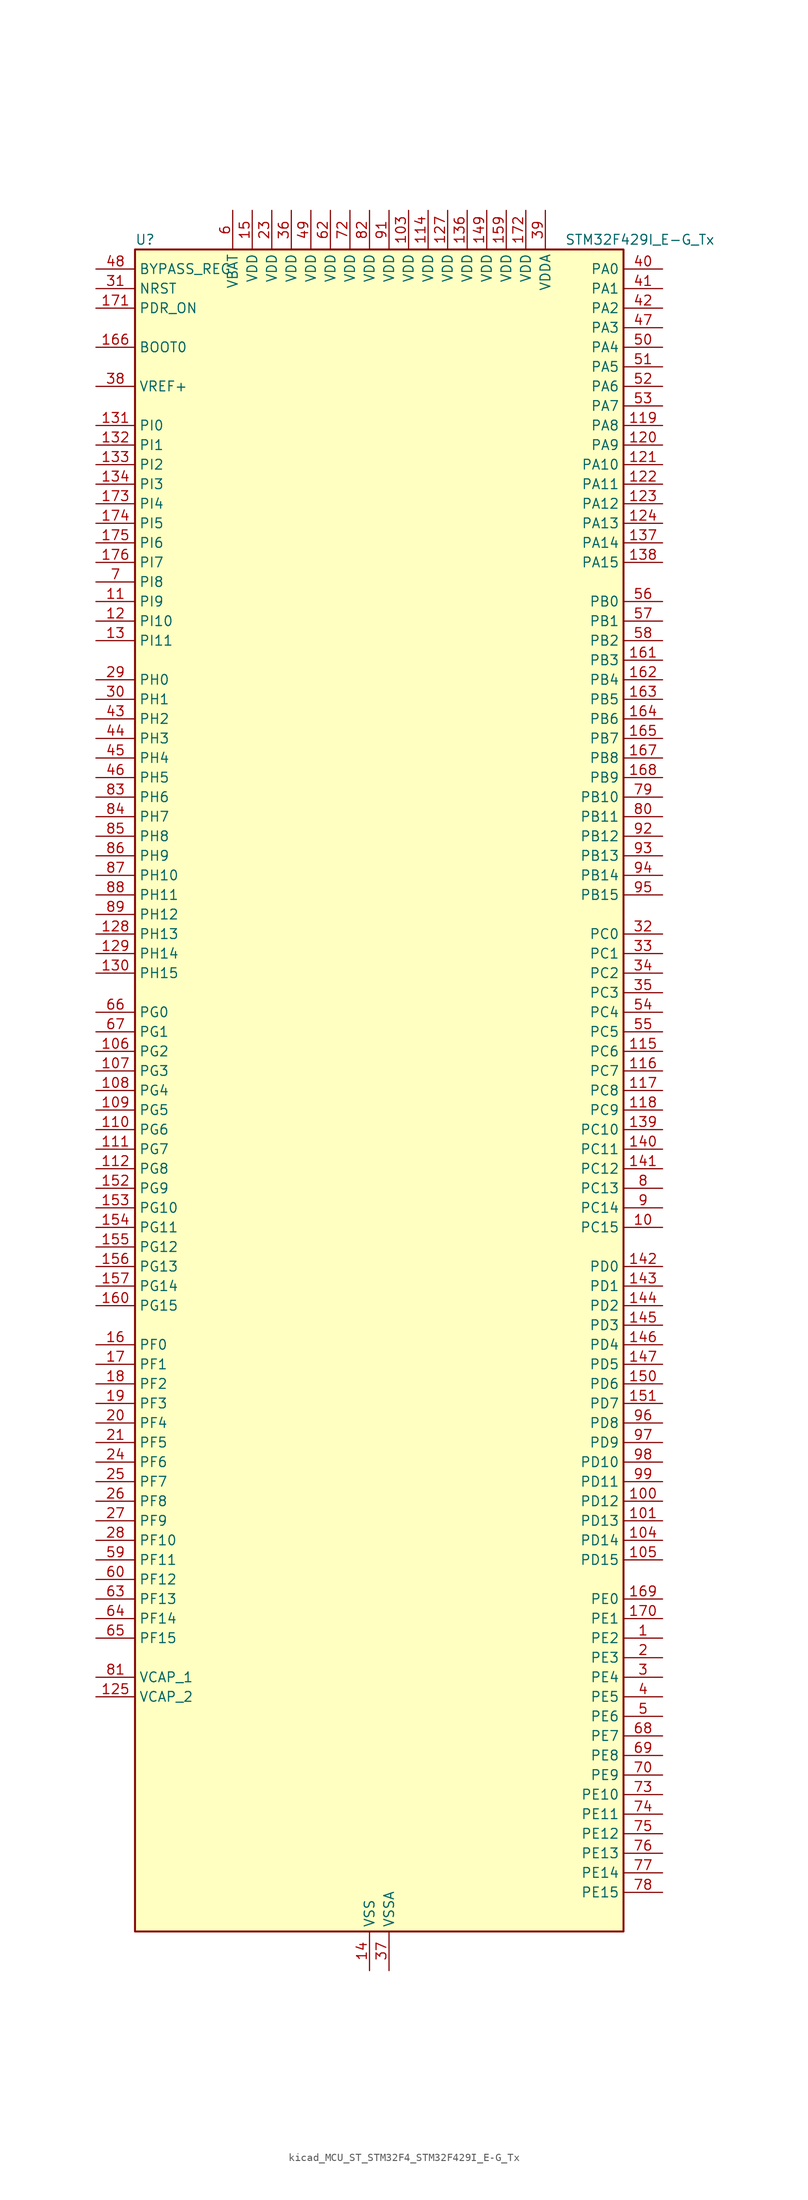
<source format=kicad_sym>
(kicad_symbol_lib
  (version 20220914)
  (generator kicad_symbol_editor)
  (symbol "kicad_MCU_ST_STM32F4_STM32F429I_E-G_Tx"
    (property "Reference" "U"
      (at -30.48 110.49 0)
      (effects (font (size 1.27 1.27)) (justify left)))
    (property "Value" "STM32F429I_E-G_Tx"
      (at 25.4 110.49 0)
      (effects (font (size 1.27 1.27)) (justify left)))
    (property "ki_locked" ""
      (at 0 0 0)
      (effects (font (size 1.27 1.27))))
    (symbol "kicad_MCU_ST_STM32F4_STM32F429I_E-G_Tx_0_1"
      (rectangle (start -30.48 -109.22) (end 33.02 109.22) (stroke (width 0.254) (type default)) (fill (type background))))
    (symbol "kicad_MCU_ST_STM32F4_STM32F429I_E-G_Tx_1_1"
      (pin bidirectional line (at 38.1 -71.12 180) (length 5.08) (name "PE2" (effects (font (size 1.27 1.27)))) (number "1" (effects (font (size 1.27 1.27)))) (alternate "ETH_TXD3" bidirectional line) (alternate "FMC_A23" bidirectional line) (alternate "SAI1_MCLK_A" bidirectional line) (alternate "SPI4_SCK" bidirectional line) (alternate "SYS_TRACECLK" bidirectional line))
      (pin bidirectional line (at 38.1 -17.78 180) (length 5.08) (name "PC15" (effects (font (size 1.27 1.27)))) (number "10" (effects (font (size 1.27 1.27)))) (alternate "ADC1_EXTI15" bidirectional line) (alternate "ADC2_EXTI15" bidirectional line) (alternate "ADC3_EXTI15" bidirectional line) (alternate "RCC_OSC32_OUT" bidirectional line))
      (pin bidirectional line (at 38.1 -53.34 180) (length 5.08) (name "PD12" (effects (font (size 1.27 1.27)))) (number "100" (effects (font (size 1.27 1.27)))) (alternate "FMC_A17" bidirectional line) (alternate "FMC_ALE" bidirectional line) (alternate "TIM4_CH1" bidirectional line) (alternate "USART3_RTS" bidirectional line))
      (pin bidirectional line (at 38.1 -55.88 180) (length 5.08) (name "PD13" (effects (font (size 1.27 1.27)))) (number "101" (effects (font (size 1.27 1.27)))) (alternate "FMC_A18" bidirectional line) (alternate "TIM4_CH2" bidirectional line))
      (pin passive line (at 0 -114.3 90) (length 5.08) hide (name "VSS" (effects (font (size 1.27 1.27)))) (number "102" (effects (font (size 1.27 1.27)))))
      (pin power_in line (at 5.08 114.3 270) (length 5.08) (name "VDD" (effects (font (size 1.27 1.27)))) (number "103" (effects (font (size 1.27 1.27)))))
      (pin bidirectional line (at 38.1 -58.42 180) (length 5.08) (name "PD14" (effects (font (size 1.27 1.27)))) (number "104" (effects (font (size 1.27 1.27)))) (alternate "FMC_D0" bidirectional line) (alternate "FMC_DA0" bidirectional line) (alternate "TIM4_CH3" bidirectional line))
      (pin bidirectional line (at 38.1 -60.96 180) (length 5.08) (name "PD15" (effects (font (size 1.27 1.27)))) (number "105" (effects (font (size 1.27 1.27)))) (alternate "ADC1_EXTI15" bidirectional line) (alternate "ADC2_EXTI15" bidirectional line) (alternate "ADC3_EXTI15" bidirectional line) (alternate "FMC_D1" bidirectional line) (alternate "FMC_DA1" bidirectional line) (alternate "TIM4_CH4" bidirectional line))
      (pin bidirectional line (at -35.56 5.08 0) (length 5.08) (name "PG2" (effects (font (size 1.27 1.27)))) (number "106" (effects (font (size 1.27 1.27)))) (alternate "FMC_A12" bidirectional line))
      (pin bidirectional line (at -35.56 2.54 0) (length 5.08) (name "PG3" (effects (font (size 1.27 1.27)))) (number "107" (effects (font (size 1.27 1.27)))) (alternate "FMC_A13" bidirectional line))
      (pin bidirectional line (at -35.56 0 0) (length 5.08) (name "PG4" (effects (font (size 1.27 1.27)))) (number "108" (effects (font (size 1.27 1.27)))) (alternate "FMC_A14" bidirectional line) (alternate "FMC_BA0" bidirectional line))
      (pin bidirectional line (at -35.56 -2.54 0) (length 5.08) (name "PG5" (effects (font (size 1.27 1.27)))) (number "109" (effects (font (size 1.27 1.27)))) (alternate "FMC_A15" bidirectional line) (alternate "FMC_BA1" bidirectional line))
      (pin bidirectional line (at -35.56 63.5 0) (length 5.08) (name "PI9" (effects (font (size 1.27 1.27)))) (number "11" (effects (font (size 1.27 1.27)))) (alternate "CAN1_RX" bidirectional line) (alternate "DAC_EXTI9" bidirectional line) (alternate "FMC_D30" bidirectional line) (alternate "LTDC_VSYNC" bidirectional line))
      (pin bidirectional line (at -35.56 -5.08 0) (length 5.08) (name "PG6" (effects (font (size 1.27 1.27)))) (number "110" (effects (font (size 1.27 1.27)))) (alternate "DCMI_D12" bidirectional line) (alternate "FMC_INT2" bidirectional line) (alternate "LTDC_R7" bidirectional line))
      (pin bidirectional line (at -35.56 -7.62 0) (length 5.08) (name "PG7" (effects (font (size 1.27 1.27)))) (number "111" (effects (font (size 1.27 1.27)))) (alternate "DCMI_D13" bidirectional line) (alternate "FMC_INT3" bidirectional line) (alternate "LTDC_CLK" bidirectional line) (alternate "USART6_CK" bidirectional line))
      (pin bidirectional line (at -35.56 -10.16 0) (length 5.08) (name "PG8" (effects (font (size 1.27 1.27)))) (number "112" (effects (font (size 1.27 1.27)))) (alternate "ETH_PPS_OUT" bidirectional line) (alternate "FMC_SDCLK" bidirectional line) (alternate "SPI6_NSS" bidirectional line) (alternate "USART6_RTS" bidirectional line))
      (pin passive line (at 0 -114.3 90) (length 5.08) hide (name "VSS" (effects (font (size 1.27 1.27)))) (number "113" (effects (font (size 1.27 1.27)))))
      (pin power_in line (at 7.62 114.3 270) (length 5.08) (name "VDD" (effects (font (size 1.27 1.27)))) (number "114" (effects (font (size 1.27 1.27)))))
      (pin bidirectional line (at 38.1 5.08 180) (length 5.08) (name "PC6" (effects (font (size 1.27 1.27)))) (number "115" (effects (font (size 1.27 1.27)))) (alternate "DCMI_D0" bidirectional line) (alternate "I2S2_MCK" bidirectional line) (alternate "LTDC_HSYNC" bidirectional line) (alternate "SDIO_D6" bidirectional line) (alternate "TIM3_CH1" bidirectional line) (alternate "TIM8_CH1" bidirectional line) (alternate "USART6_TX" bidirectional line))
      (pin bidirectional line (at 38.1 2.54 180) (length 5.08) (name "PC7" (effects (font (size 1.27 1.27)))) (number "116" (effects (font (size 1.27 1.27)))) (alternate "DCMI_D1" bidirectional line) (alternate "I2S3_MCK" bidirectional line) (alternate "LTDC_G6" bidirectional line) (alternate "SDIO_D7" bidirectional line) (alternate "TIM3_CH2" bidirectional line) (alternate "TIM8_CH2" bidirectional line) (alternate "USART6_RX" bidirectional line))
      (pin bidirectional line (at 38.1 0 180) (length 5.08) (name "PC8" (effects (font (size 1.27 1.27)))) (number "117" (effects (font (size 1.27 1.27)))) (alternate "DCMI_D2" bidirectional line) (alternate "SDIO_D0" bidirectional line) (alternate "TIM3_CH3" bidirectional line) (alternate "TIM8_CH3" bidirectional line) (alternate "USART6_CK" bidirectional line))
      (pin bidirectional line (at 38.1 -2.54 180) (length 5.08) (name "PC9" (effects (font (size 1.27 1.27)))) (number "118" (effects (font (size 1.27 1.27)))) (alternate "DAC_EXTI9" bidirectional line) (alternate "DCMI_D3" bidirectional line) (alternate "I2C3_SDA" bidirectional line) (alternate "I2S_CKIN" bidirectional line) (alternate "RCC_MCO_2" bidirectional line) (alternate "SDIO_D1" bidirectional line) (alternate "TIM3_CH4" bidirectional line) (alternate "TIM8_CH4" bidirectional line))
      (pin bidirectional line (at 38.1 86.36 180) (length 5.08) (name "PA8" (effects (font (size 1.27 1.27)))) (number "119" (effects (font (size 1.27 1.27)))) (alternate "I2C3_SCL" bidirectional line) (alternate "LTDC_R6" bidirectional line) (alternate "RCC_MCO_1" bidirectional line) (alternate "TIM1_CH1" bidirectional line) (alternate "USART1_CK" bidirectional line) (alternate "USB_OTG_FS_SOF" bidirectional line))
      (pin bidirectional line (at -35.56 60.96 0) (length 5.08) (name "PI10" (effects (font (size 1.27 1.27)))) (number "12" (effects (font (size 1.27 1.27)))) (alternate "ETH_RX_ER" bidirectional line) (alternate "FMC_D31" bidirectional line) (alternate "LTDC_HSYNC" bidirectional line))
      (pin bidirectional line (at 38.1 83.82 180) (length 5.08) (name "PA9" (effects (font (size 1.27 1.27)))) (number "120" (effects (font (size 1.27 1.27)))) (alternate "DAC_EXTI9" bidirectional line) (alternate "DCMI_D0" bidirectional line) (alternate "I2C3_SMBA" bidirectional line) (alternate "TIM1_CH2" bidirectional line) (alternate "USART1_TX" bidirectional line) (alternate "USB_OTG_FS_VBUS" bidirectional line))
      (pin bidirectional line (at 38.1 81.28 180) (length 5.08) (name "PA10" (effects (font (size 1.27 1.27)))) (number "121" (effects (font (size 1.27 1.27)))) (alternate "DCMI_D1" bidirectional line) (alternate "TIM1_CH3" bidirectional line) (alternate "USART1_RX" bidirectional line) (alternate "USB_OTG_FS_ID" bidirectional line))
      (pin bidirectional line (at 38.1 78.74 180) (length 5.08) (name "PA11" (effects (font (size 1.27 1.27)))) (number "122" (effects (font (size 1.27 1.27)))) (alternate "ADC1_EXTI11" bidirectional line) (alternate "ADC2_EXTI11" bidirectional line) (alternate "ADC3_EXTI11" bidirectional line) (alternate "CAN1_RX" bidirectional line) (alternate "LTDC_R4" bidirectional line) (alternate "TIM1_CH4" bidirectional line) (alternate "USART1_CTS" bidirectional line) (alternate "USB_OTG_FS_DM" bidirectional line))
      (pin bidirectional line (at 38.1 76.2 180) (length 5.08) (name "PA12" (effects (font (size 1.27 1.27)))) (number "123" (effects (font (size 1.27 1.27)))) (alternate "CAN1_TX" bidirectional line) (alternate "LTDC_R5" bidirectional line) (alternate "TIM1_ETR" bidirectional line) (alternate "USART1_RTS" bidirectional line) (alternate "USB_OTG_FS_DP" bidirectional line))
      (pin bidirectional line (at 38.1 73.66 180) (length 5.08) (name "PA13" (effects (font (size 1.27 1.27)))) (number "124" (effects (font (size 1.27 1.27)))) (alternate "SYS_JTMS-SWDIO" bidirectional line))
      (pin power_out line (at -35.56 -78.74 0) (length 5.08) (name "VCAP_2" (effects (font (size 1.27 1.27)))) (number "125" (effects (font (size 1.27 1.27)))))
      (pin passive line (at 0 -114.3 90) (length 5.08) hide (name "VSS" (effects (font (size 1.27 1.27)))) (number "126" (effects (font (size 1.27 1.27)))))
      (pin power_in line (at 10.16 114.3 270) (length 5.08) (name "VDD" (effects (font (size 1.27 1.27)))) (number "127" (effects (font (size 1.27 1.27)))))
      (pin bidirectional line (at -35.56 20.32 0) (length 5.08) (name "PH13" (effects (font (size 1.27 1.27)))) (number "128" (effects (font (size 1.27 1.27)))) (alternate "CAN1_TX" bidirectional line) (alternate "FMC_D21" bidirectional line) (alternate "LTDC_G2" bidirectional line) (alternate "TIM8_CH1N" bidirectional line))
      (pin bidirectional line (at -35.56 17.78 0) (length 5.08) (name "PH14" (effects (font (size 1.27 1.27)))) (number "129" (effects (font (size 1.27 1.27)))) (alternate "DCMI_D4" bidirectional line) (alternate "FMC_D22" bidirectional line) (alternate "LTDC_G3" bidirectional line) (alternate "TIM8_CH2N" bidirectional line))
      (pin bidirectional line (at -35.56 58.42 0) (length 5.08) (name "PI11" (effects (font (size 1.27 1.27)))) (number "13" (effects (font (size 1.27 1.27)))) (alternate "ADC1_EXTI11" bidirectional line) (alternate "ADC2_EXTI11" bidirectional line) (alternate "ADC3_EXTI11" bidirectional line) (alternate "USB_OTG_HS_ULPI_DIR" bidirectional line))
      (pin bidirectional line (at -35.56 15.24 0) (length 5.08) (name "PH15" (effects (font (size 1.27 1.27)))) (number "130" (effects (font (size 1.27 1.27)))) (alternate "ADC1_EXTI15" bidirectional line) (alternate "ADC2_EXTI15" bidirectional line) (alternate "ADC3_EXTI15" bidirectional line) (alternate "DCMI_D11" bidirectional line) (alternate "FMC_D23" bidirectional line) (alternate "LTDC_G4" bidirectional line) (alternate "TIM8_CH3N" bidirectional line))
      (pin bidirectional line (at -35.56 86.36 0) (length 5.08) (name "PI0" (effects (font (size 1.27 1.27)))) (number "131" (effects (font (size 1.27 1.27)))) (alternate "DCMI_D13" bidirectional line) (alternate "FMC_D24" bidirectional line) (alternate "I2S2_WS" bidirectional line) (alternate "LTDC_G5" bidirectional line) (alternate "SPI2_NSS" bidirectional line) (alternate "TIM5_CH4" bidirectional line))
      (pin bidirectional line (at -35.56 83.82 0) (length 5.08) (name "PI1" (effects (font (size 1.27 1.27)))) (number "132" (effects (font (size 1.27 1.27)))) (alternate "DCMI_D8" bidirectional line) (alternate "FMC_D25" bidirectional line) (alternate "I2S2_CK" bidirectional line) (alternate "LTDC_G6" bidirectional line) (alternate "SPI2_SCK" bidirectional line))
      (pin bidirectional line (at -35.56 81.28 0) (length 5.08) (name "PI2" (effects (font (size 1.27 1.27)))) (number "133" (effects (font (size 1.27 1.27)))) (alternate "DCMI_D9" bidirectional line) (alternate "FMC_D26" bidirectional line) (alternate "I2S2_ext_SD" bidirectional line) (alternate "LTDC_G7" bidirectional line) (alternate "SPI2_MISO" bidirectional line) (alternate "TIM8_CH4" bidirectional line))
      (pin bidirectional line (at -35.56 78.74 0) (length 5.08) (name "PI3" (effects (font (size 1.27 1.27)))) (number "134" (effects (font (size 1.27 1.27)))) (alternate "DCMI_D10" bidirectional line) (alternate "FMC_D27" bidirectional line) (alternate "I2S2_SD" bidirectional line) (alternate "SPI2_MOSI" bidirectional line) (alternate "TIM8_ETR" bidirectional line))
      (pin passive line (at 0 -114.3 90) (length 5.08) hide (name "VSS" (effects (font (size 1.27 1.27)))) (number "135" (effects (font (size 1.27 1.27)))))
      (pin power_in line (at 12.7 114.3 270) (length 5.08) (name "VDD" (effects (font (size 1.27 1.27)))) (number "136" (effects (font (size 1.27 1.27)))))
      (pin bidirectional line (at 38.1 71.12 180) (length 5.08) (name "PA14" (effects (font (size 1.27 1.27)))) (number "137" (effects (font (size 1.27 1.27)))) (alternate "SYS_JTCK-SWCLK" bidirectional line))
      (pin bidirectional line (at 38.1 68.58 180) (length 5.08) (name "PA15" (effects (font (size 1.27 1.27)))) (number "138" (effects (font (size 1.27 1.27)))) (alternate "ADC1_EXTI15" bidirectional line) (alternate "ADC2_EXTI15" bidirectional line) (alternate "ADC3_EXTI15" bidirectional line) (alternate "I2S3_WS" bidirectional line) (alternate "SPI1_NSS" bidirectional line) (alternate "SPI3_NSS" bidirectional line) (alternate "SYS_JTDI" bidirectional line) (alternate "TIM2_CH1" bidirectional line) (alternate "TIM2_ETR" bidirectional line))
      (pin bidirectional line (at 38.1 -5.08 180) (length 5.08) (name "PC10" (effects (font (size 1.27 1.27)))) (number "139" (effects (font (size 1.27 1.27)))) (alternate "DCMI_D8" bidirectional line) (alternate "I2S3_CK" bidirectional line) (alternate "LTDC_R2" bidirectional line) (alternate "SDIO_D2" bidirectional line) (alternate "SPI3_SCK" bidirectional line) (alternate "UART4_TX" bidirectional line) (alternate "USART3_TX" bidirectional line))
      (pin power_in line (at 0 -114.3 90) (length 5.08) (name "VSS" (effects (font (size 1.27 1.27)))) (number "14" (effects (font (size 1.27 1.27)))))
      (pin bidirectional line (at 38.1 -7.62 180) (length 5.08) (name "PC11" (effects (font (size 1.27 1.27)))) (number "140" (effects (font (size 1.27 1.27)))) (alternate "ADC1_EXTI11" bidirectional line) (alternate "ADC2_EXTI11" bidirectional line) (alternate "ADC3_EXTI11" bidirectional line) (alternate "DCMI_D4" bidirectional line) (alternate "I2S3_ext_SD" bidirectional line) (alternate "SDIO_D3" bidirectional line) (alternate "SPI3_MISO" bidirectional line) (alternate "UART4_RX" bidirectional line) (alternate "USART3_RX" bidirectional line))
      (pin bidirectional line (at 38.1 -10.16 180) (length 5.08) (name "PC12" (effects (font (size 1.27 1.27)))) (number "141" (effects (font (size 1.27 1.27)))) (alternate "DCMI_D9" bidirectional line) (alternate "I2S3_SD" bidirectional line) (alternate "SDIO_CK" bidirectional line) (alternate "SPI3_MOSI" bidirectional line) (alternate "UART5_TX" bidirectional line) (alternate "USART3_CK" bidirectional line))
      (pin bidirectional line (at 38.1 -22.86 180) (length 5.08) (name "PD0" (effects (font (size 1.27 1.27)))) (number "142" (effects (font (size 1.27 1.27)))) (alternate "CAN1_RX" bidirectional line) (alternate "FMC_D2" bidirectional line) (alternate "FMC_DA2" bidirectional line))
      (pin bidirectional line (at 38.1 -25.4 180) (length 5.08) (name "PD1" (effects (font (size 1.27 1.27)))) (number "143" (effects (font (size 1.27 1.27)))) (alternate "CAN1_TX" bidirectional line) (alternate "FMC_D3" bidirectional line) (alternate "FMC_DA3" bidirectional line))
      (pin bidirectional line (at 38.1 -27.94 180) (length 5.08) (name "PD2" (effects (font (size 1.27 1.27)))) (number "144" (effects (font (size 1.27 1.27)))) (alternate "DCMI_D11" bidirectional line) (alternate "SDIO_CMD" bidirectional line) (alternate "TIM3_ETR" bidirectional line) (alternate "UART5_RX" bidirectional line))
      (pin bidirectional line (at 38.1 -30.48 180) (length 5.08) (name "PD3" (effects (font (size 1.27 1.27)))) (number "145" (effects (font (size 1.27 1.27)))) (alternate "DCMI_D5" bidirectional line) (alternate "FMC_CLK" bidirectional line) (alternate "I2S2_CK" bidirectional line) (alternate "LTDC_G7" bidirectional line) (alternate "SPI2_SCK" bidirectional line) (alternate "USART2_CTS" bidirectional line))
      (pin bidirectional line (at 38.1 -33.02 180) (length 5.08) (name "PD4" (effects (font (size 1.27 1.27)))) (number "146" (effects (font (size 1.27 1.27)))) (alternate "FMC_NOE" bidirectional line) (alternate "USART2_RTS" bidirectional line))
      (pin bidirectional line (at 38.1 -35.56 180) (length 5.08) (name "PD5" (effects (font (size 1.27 1.27)))) (number "147" (effects (font (size 1.27 1.27)))) (alternate "FMC_NWE" bidirectional line) (alternate "USART2_TX" bidirectional line))
      (pin passive line (at 0 -114.3 90) (length 5.08) hide (name "VSS" (effects (font (size 1.27 1.27)))) (number "148" (effects (font (size 1.27 1.27)))))
      (pin power_in line (at 15.24 114.3 270) (length 5.08) (name "VDD" (effects (font (size 1.27 1.27)))) (number "149" (effects (font (size 1.27 1.27)))))
      (pin power_in line (at -15.24 114.3 270) (length 5.08) (name "VDD" (effects (font (size 1.27 1.27)))) (number "15" (effects (font (size 1.27 1.27)))))
      (pin bidirectional line (at 38.1 -38.1 180) (length 5.08) (name "PD6" (effects (font (size 1.27 1.27)))) (number "150" (effects (font (size 1.27 1.27)))) (alternate "DCMI_D10" bidirectional line) (alternate "FMC_NWAIT" bidirectional line) (alternate "I2S3_SD" bidirectional line) (alternate "LTDC_B2" bidirectional line) (alternate "SAI1_SD_A" bidirectional line) (alternate "SPI3_MOSI" bidirectional line) (alternate "USART2_RX" bidirectional line))
      (pin bidirectional line (at 38.1 -40.64 180) (length 5.08) (name "PD7" (effects (font (size 1.27 1.27)))) (number "151" (effects (font (size 1.27 1.27)))) (alternate "FMC_NCE2" bidirectional line) (alternate "FMC_NE1" bidirectional line) (alternate "USART2_CK" bidirectional line))
      (pin bidirectional line (at -35.56 -12.7 0) (length 5.08) (name "PG9" (effects (font (size 1.27 1.27)))) (number "152" (effects (font (size 1.27 1.27)))) (alternate "DAC_EXTI9" bidirectional line) (alternate "DCMI_VSYNC" bidirectional line) (alternate "FMC_NCE3" bidirectional line) (alternate "FMC_NE2" bidirectional line) (alternate "USART6_RX" bidirectional line))
      (pin bidirectional line (at -35.56 -15.24 0) (length 5.08) (name "PG10" (effects (font (size 1.27 1.27)))) (number "153" (effects (font (size 1.27 1.27)))) (alternate "DCMI_D2" bidirectional line) (alternate "FMC_NCE4_1" bidirectional line) (alternate "FMC_NE3" bidirectional line) (alternate "LTDC_B2" bidirectional line) (alternate "LTDC_G3" bidirectional line))
      (pin bidirectional line (at -35.56 -17.78 0) (length 5.08) (name "PG11" (effects (font (size 1.27 1.27)))) (number "154" (effects (font (size 1.27 1.27)))) (alternate "ADC1_EXTI11" bidirectional line) (alternate "ADC2_EXTI11" bidirectional line) (alternate "ADC3_EXTI11" bidirectional line) (alternate "DCMI_D3" bidirectional line) (alternate "ETH_TX_EN" bidirectional line) (alternate "FMC_NCE4_2" bidirectional line) (alternate "LTDC_B3" bidirectional line))
      (pin bidirectional line (at -35.56 -20.32 0) (length 5.08) (name "PG12" (effects (font (size 1.27 1.27)))) (number "155" (effects (font (size 1.27 1.27)))) (alternate "FMC_NE4" bidirectional line) (alternate "LTDC_B1" bidirectional line) (alternate "LTDC_B4" bidirectional line) (alternate "SPI6_MISO" bidirectional line) (alternate "USART6_RTS" bidirectional line))
      (pin bidirectional line (at -35.56 -22.86 0) (length 5.08) (name "PG13" (effects (font (size 1.27 1.27)))) (number "156" (effects (font (size 1.27 1.27)))) (alternate "ETH_TXD0" bidirectional line) (alternate "FMC_A24" bidirectional line) (alternate "SPI6_SCK" bidirectional line) (alternate "USART6_CTS" bidirectional line))
      (pin bidirectional line (at -35.56 -25.4 0) (length 5.08) (name "PG14" (effects (font (size 1.27 1.27)))) (number "157" (effects (font (size 1.27 1.27)))) (alternate "ETH_TXD1" bidirectional line) (alternate "FMC_A25" bidirectional line) (alternate "SPI6_MOSI" bidirectional line) (alternate "USART6_TX" bidirectional line))
      (pin passive line (at 0 -114.3 90) (length 5.08) hide (name "VSS" (effects (font (size 1.27 1.27)))) (number "158" (effects (font (size 1.27 1.27)))))
      (pin power_in line (at 17.78 114.3 270) (length 5.08) (name "VDD" (effects (font (size 1.27 1.27)))) (number "159" (effects (font (size 1.27 1.27)))))
      (pin bidirectional line (at -35.56 -33.02 0) (length 5.08) (name "PF0" (effects (font (size 1.27 1.27)))) (number "16" (effects (font (size 1.27 1.27)))) (alternate "FMC_A0" bidirectional line) (alternate "I2C2_SDA" bidirectional line))
      (pin bidirectional line (at -35.56 -27.94 0) (length 5.08) (name "PG15" (effects (font (size 1.27 1.27)))) (number "160" (effects (font (size 1.27 1.27)))) (alternate "ADC1_EXTI15" bidirectional line) (alternate "ADC2_EXTI15" bidirectional line) (alternate "ADC3_EXTI15" bidirectional line) (alternate "DCMI_D13" bidirectional line) (alternate "FMC_SDNCAS" bidirectional line) (alternate "USART6_CTS" bidirectional line))
      (pin bidirectional line (at 38.1 55.88 180) (length 5.08) (name "PB3" (effects (font (size 1.27 1.27)))) (number "161" (effects (font (size 1.27 1.27)))) (alternate "I2S3_CK" bidirectional line) (alternate "SPI1_SCK" bidirectional line) (alternate "SPI3_SCK" bidirectional line) (alternate "SYS_JTDO-SWO" bidirectional line) (alternate "TIM2_CH2" bidirectional line))
      (pin bidirectional line (at 38.1 53.34 180) (length 5.08) (name "PB4" (effects (font (size 1.27 1.27)))) (number "162" (effects (font (size 1.27 1.27)))) (alternate "I2S3_ext_SD" bidirectional line) (alternate "SPI1_MISO" bidirectional line) (alternate "SPI3_MISO" bidirectional line) (alternate "SYS_JTRST" bidirectional line) (alternate "TIM3_CH1" bidirectional line))
      (pin bidirectional line (at 38.1 50.8 180) (length 5.08) (name "PB5" (effects (font (size 1.27 1.27)))) (number "163" (effects (font (size 1.27 1.27)))) (alternate "CAN2_RX" bidirectional line) (alternate "DCMI_D10" bidirectional line) (alternate "ETH_PPS_OUT" bidirectional line) (alternate "FMC_SDCKE1" bidirectional line) (alternate "I2C1_SMBA" bidirectional line) (alternate "I2S3_SD" bidirectional line) (alternate "SPI1_MOSI" bidirectional line) (alternate "SPI3_MOSI" bidirectional line) (alternate "TIM3_CH2" bidirectional line) (alternate "USB_OTG_HS_ULPI_D7" bidirectional line))
      (pin bidirectional line (at 38.1 48.26 180) (length 5.08) (name "PB6" (effects (font (size 1.27 1.27)))) (number "164" (effects (font (size 1.27 1.27)))) (alternate "CAN2_TX" bidirectional line) (alternate "DCMI_D5" bidirectional line) (alternate "FMC_SDNE1" bidirectional line) (alternate "I2C1_SCL" bidirectional line) (alternate "TIM4_CH1" bidirectional line) (alternate "USART1_TX" bidirectional line))
      (pin bidirectional line (at 38.1 45.72 180) (length 5.08) (name "PB7" (effects (font (size 1.27 1.27)))) (number "165" (effects (font (size 1.27 1.27)))) (alternate "DCMI_VSYNC" bidirectional line) (alternate "FMC_NL" bidirectional line) (alternate "I2C1_SDA" bidirectional line) (alternate "TIM4_CH2" bidirectional line) (alternate "USART1_RX" bidirectional line))
      (pin input line (at -35.56 96.52 0) (length 5.08) (name "BOOT0" (effects (font (size 1.27 1.27)))) (number "166" (effects (font (size 1.27 1.27)))))
      (pin bidirectional line (at 38.1 43.18 180) (length 5.08) (name "PB8" (effects (font (size 1.27 1.27)))) (number "167" (effects (font (size 1.27 1.27)))) (alternate "CAN1_RX" bidirectional line) (alternate "DCMI_D6" bidirectional line) (alternate "ETH_TXD3" bidirectional line) (alternate "I2C1_SCL" bidirectional line) (alternate "LTDC_B6" bidirectional line) (alternate "SDIO_D4" bidirectional line) (alternate "TIM10_CH1" bidirectional line) (alternate "TIM4_CH3" bidirectional line))
      (pin bidirectional line (at 38.1 40.64 180) (length 5.08) (name "PB9" (effects (font (size 1.27 1.27)))) (number "168" (effects (font (size 1.27 1.27)))) (alternate "CAN1_TX" bidirectional line) (alternate "DAC_EXTI9" bidirectional line) (alternate "DCMI_D7" bidirectional line) (alternate "I2C1_SDA" bidirectional line) (alternate "I2S2_WS" bidirectional line) (alternate "LTDC_B7" bidirectional line) (alternate "SDIO_D5" bidirectional line) (alternate "SPI2_NSS" bidirectional line) (alternate "TIM11_CH1" bidirectional line) (alternate "TIM4_CH4" bidirectional line))
      (pin bidirectional line (at 38.1 -66.04 180) (length 5.08) (name "PE0" (effects (font (size 1.27 1.27)))) (number "169" (effects (font (size 1.27 1.27)))) (alternate "DCMI_D2" bidirectional line) (alternate "FMC_NBL0" bidirectional line) (alternate "TIM4_ETR" bidirectional line) (alternate "UART8_RX" bidirectional line))
      (pin bidirectional line (at -35.56 -35.56 0) (length 5.08) (name "PF1" (effects (font (size 1.27 1.27)))) (number "17" (effects (font (size 1.27 1.27)))) (alternate "FMC_A1" bidirectional line) (alternate "I2C2_SCL" bidirectional line))
      (pin bidirectional line (at 38.1 -68.58 180) (length 5.08) (name "PE1" (effects (font (size 1.27 1.27)))) (number "170" (effects (font (size 1.27 1.27)))) (alternate "DCMI_D3" bidirectional line) (alternate "FMC_NBL1" bidirectional line) (alternate "UART8_TX" bidirectional line))
      (pin input line (at -35.56 101.6 0) (length 5.08) (name "PDR_ON" (effects (font (size 1.27 1.27)))) (number "171" (effects (font (size 1.27 1.27)))))
      (pin power_in line (at 20.32 114.3 270) (length 5.08) (name "VDD" (effects (font (size 1.27 1.27)))) (number "172" (effects (font (size 1.27 1.27)))))
      (pin bidirectional line (at -35.56 76.2 0) (length 5.08) (name "PI4" (effects (font (size 1.27 1.27)))) (number "173" (effects (font (size 1.27 1.27)))) (alternate "DCMI_D5" bidirectional line) (alternate "FMC_NBL2" bidirectional line) (alternate "LTDC_B4" bidirectional line) (alternate "TIM8_BKIN" bidirectional line))
      (pin bidirectional line (at -35.56 73.66 0) (length 5.08) (name "PI5" (effects (font (size 1.27 1.27)))) (number "174" (effects (font (size 1.27 1.27)))) (alternate "DCMI_VSYNC" bidirectional line) (alternate "FMC_NBL3" bidirectional line) (alternate "LTDC_B5" bidirectional line) (alternate "TIM8_CH1" bidirectional line))
      (pin bidirectional line (at -35.56 71.12 0) (length 5.08) (name "PI6" (effects (font (size 1.27 1.27)))) (number "175" (effects (font (size 1.27 1.27)))) (alternate "DCMI_D6" bidirectional line) (alternate "FMC_D28" bidirectional line) (alternate "LTDC_B6" bidirectional line) (alternate "TIM8_CH2" bidirectional line))
      (pin bidirectional line (at -35.56 68.58 0) (length 5.08) (name "PI7" (effects (font (size 1.27 1.27)))) (number "176" (effects (font (size 1.27 1.27)))) (alternate "DCMI_D7" bidirectional line) (alternate "FMC_D29" bidirectional line) (alternate "LTDC_B7" bidirectional line) (alternate "TIM8_CH3" bidirectional line))
      (pin bidirectional line (at -35.56 -38.1 0) (length 5.08) (name "PF2" (effects (font (size 1.27 1.27)))) (number "18" (effects (font (size 1.27 1.27)))) (alternate "FMC_A2" bidirectional line) (alternate "I2C2_SMBA" bidirectional line))
      (pin bidirectional line (at -35.56 -40.64 0) (length 5.08) (name "PF3" (effects (font (size 1.27 1.27)))) (number "19" (effects (font (size 1.27 1.27)))) (alternate "ADC3_IN9" bidirectional line) (alternate "FMC_A3" bidirectional line))
      (pin bidirectional line (at 38.1 -73.66 180) (length 5.08) (name "PE3" (effects (font (size 1.27 1.27)))) (number "2" (effects (font (size 1.27 1.27)))) (alternate "FMC_A19" bidirectional line) (alternate "SAI1_SD_B" bidirectional line) (alternate "SYS_TRACED0" bidirectional line))
      (pin bidirectional line (at -35.56 -43.18 0) (length 5.08) (name "PF4" (effects (font (size 1.27 1.27)))) (number "20" (effects (font (size 1.27 1.27)))) (alternate "ADC3_IN14" bidirectional line) (alternate "FMC_A4" bidirectional line))
      (pin bidirectional line (at -35.56 -45.72 0) (length 5.08) (name "PF5" (effects (font (size 1.27 1.27)))) (number "21" (effects (font (size 1.27 1.27)))) (alternate "ADC3_IN15" bidirectional line) (alternate "FMC_A5" bidirectional line))
      (pin passive line (at 0 -114.3 90) (length 5.08) hide (name "VSS" (effects (font (size 1.27 1.27)))) (number "22" (effects (font (size 1.27 1.27)))))
      (pin power_in line (at -12.7 114.3 270) (length 5.08) (name "VDD" (effects (font (size 1.27 1.27)))) (number "23" (effects (font (size 1.27 1.27)))))
      (pin bidirectional line (at -35.56 -48.26 0) (length 5.08) (name "PF6" (effects (font (size 1.27 1.27)))) (number "24" (effects (font (size 1.27 1.27)))) (alternate "ADC3_IN4" bidirectional line) (alternate "FMC_NIORD" bidirectional line) (alternate "SAI1_SD_B" bidirectional line) (alternate "SPI5_NSS" bidirectional line) (alternate "TIM10_CH1" bidirectional line) (alternate "UART7_RX" bidirectional line))
      (pin bidirectional line (at -35.56 -50.8 0) (length 5.08) (name "PF7" (effects (font (size 1.27 1.27)))) (number "25" (effects (font (size 1.27 1.27)))) (alternate "ADC3_IN5" bidirectional line) (alternate "FMC_NREG" bidirectional line) (alternate "SAI1_MCLK_B" bidirectional line) (alternate "SPI5_SCK" bidirectional line) (alternate "TIM11_CH1" bidirectional line) (alternate "UART7_TX" bidirectional line))
      (pin bidirectional line (at -35.56 -53.34 0) (length 5.08) (name "PF8" (effects (font (size 1.27 1.27)))) (number "26" (effects (font (size 1.27 1.27)))) (alternate "ADC3_IN6" bidirectional line) (alternate "FMC_NIOWR" bidirectional line) (alternate "SAI1_SCK_B" bidirectional line) (alternate "SPI5_MISO" bidirectional line) (alternate "TIM13_CH1" bidirectional line))
      (pin bidirectional line (at -35.56 -55.88 0) (length 5.08) (name "PF9" (effects (font (size 1.27 1.27)))) (number "27" (effects (font (size 1.27 1.27)))) (alternate "ADC3_IN7" bidirectional line) (alternate "DAC_EXTI9" bidirectional line) (alternate "FMC_CD" bidirectional line) (alternate "SAI1_FS_B" bidirectional line) (alternate "SPI5_MOSI" bidirectional line) (alternate "TIM14_CH1" bidirectional line))
      (pin bidirectional line (at -35.56 -58.42 0) (length 5.08) (name "PF10" (effects (font (size 1.27 1.27)))) (number "28" (effects (font (size 1.27 1.27)))) (alternate "ADC3_IN8" bidirectional line) (alternate "DCMI_D11" bidirectional line) (alternate "FMC_INTR" bidirectional line) (alternate "LTDC_DE" bidirectional line))
      (pin bidirectional line (at -35.56 53.34 0) (length 5.08) (name "PH0" (effects (font (size 1.27 1.27)))) (number "29" (effects (font (size 1.27 1.27)))) (alternate "RCC_OSC_IN" bidirectional line))
      (pin bidirectional line (at 38.1 -76.2 180) (length 5.08) (name "PE4" (effects (font (size 1.27 1.27)))) (number "3" (effects (font (size 1.27 1.27)))) (alternate "DCMI_D4" bidirectional line) (alternate "FMC_A20" bidirectional line) (alternate "LTDC_B0" bidirectional line) (alternate "SAI1_FS_A" bidirectional line) (alternate "SPI4_NSS" bidirectional line) (alternate "SYS_TRACED1" bidirectional line))
      (pin bidirectional line (at -35.56 50.8 0) (length 5.08) (name "PH1" (effects (font (size 1.27 1.27)))) (number "30" (effects (font (size 1.27 1.27)))) (alternate "RCC_OSC_OUT" bidirectional line))
      (pin input line (at -35.56 104.14 0) (length 5.08) (name "NRST" (effects (font (size 1.27 1.27)))) (number "31" (effects (font (size 1.27 1.27)))))
      (pin bidirectional line (at 38.1 20.32 180) (length 5.08) (name "PC0" (effects (font (size 1.27 1.27)))) (number "32" (effects (font (size 1.27 1.27)))) (alternate "ADC1_IN10" bidirectional line) (alternate "ADC2_IN10" bidirectional line) (alternate "ADC3_IN10" bidirectional line) (alternate "FMC_SDNWE" bidirectional line) (alternate "USB_OTG_HS_ULPI_STP" bidirectional line))
      (pin bidirectional line (at 38.1 17.78 180) (length 5.08) (name "PC1" (effects (font (size 1.27 1.27)))) (number "33" (effects (font (size 1.27 1.27)))) (alternate "ADC1_IN11" bidirectional line) (alternate "ADC2_IN11" bidirectional line) (alternate "ADC3_IN11" bidirectional line) (alternate "ETH_MDC" bidirectional line))
      (pin bidirectional line (at 38.1 15.24 180) (length 5.08) (name "PC2" (effects (font (size 1.27 1.27)))) (number "34" (effects (font (size 1.27 1.27)))) (alternate "ADC1_IN12" bidirectional line) (alternate "ADC2_IN12" bidirectional line) (alternate "ADC3_IN12" bidirectional line) (alternate "ETH_TXD2" bidirectional line) (alternate "FMC_SDNE0" bidirectional line) (alternate "I2S2_ext_SD" bidirectional line) (alternate "SPI2_MISO" bidirectional line) (alternate "USB_OTG_HS_ULPI_DIR" bidirectional line))
      (pin bidirectional line (at 38.1 12.7 180) (length 5.08) (name "PC3" (effects (font (size 1.27 1.27)))) (number "35" (effects (font (size 1.27 1.27)))) (alternate "ADC1_IN13" bidirectional line) (alternate "ADC2_IN13" bidirectional line) (alternate "ADC3_IN13" bidirectional line) (alternate "ETH_TX_CLK" bidirectional line) (alternate "FMC_SDCKE0" bidirectional line) (alternate "I2S2_SD" bidirectional line) (alternate "SPI2_MOSI" bidirectional line) (alternate "USB_OTG_HS_ULPI_NXT" bidirectional line))
      (pin power_in line (at -10.16 114.3 270) (length 5.08) (name "VDD" (effects (font (size 1.27 1.27)))) (number "36" (effects (font (size 1.27 1.27)))))
      (pin power_in line (at 2.54 -114.3 90) (length 5.08) (name "VSSA" (effects (font (size 1.27 1.27)))) (number "37" (effects (font (size 1.27 1.27)))))
      (pin input line (at -35.56 91.44 0) (length 5.08) (name "VREF+" (effects (font (size 1.27 1.27)))) (number "38" (effects (font (size 1.27 1.27)))))
      (pin power_in line (at 22.86 114.3 270) (length 5.08) (name "VDDA" (effects (font (size 1.27 1.27)))) (number "39" (effects (font (size 1.27 1.27)))))
      (pin bidirectional line (at 38.1 -78.74 180) (length 5.08) (name "PE5" (effects (font (size 1.27 1.27)))) (number "4" (effects (font (size 1.27 1.27)))) (alternate "DCMI_D6" bidirectional line) (alternate "FMC_A21" bidirectional line) (alternate "LTDC_G0" bidirectional line) (alternate "SAI1_SCK_A" bidirectional line) (alternate "SPI4_MISO" bidirectional line) (alternate "SYS_TRACED2" bidirectional line) (alternate "TIM9_CH1" bidirectional line))
      (pin bidirectional line (at 38.1 106.68 180) (length 5.08) (name "PA0" (effects (font (size 1.27 1.27)))) (number "40" (effects (font (size 1.27 1.27)))) (alternate "ADC1_IN0" bidirectional line) (alternate "ADC2_IN0" bidirectional line) (alternate "ADC3_IN0" bidirectional line) (alternate "ETH_CRS" bidirectional line) (alternate "SYS_WKUP" bidirectional line) (alternate "TIM2_CH1" bidirectional line) (alternate "TIM2_ETR" bidirectional line) (alternate "TIM5_CH1" bidirectional line) (alternate "TIM8_ETR" bidirectional line) (alternate "UART4_TX" bidirectional line) (alternate "USART2_CTS" bidirectional line))
      (pin bidirectional line (at 38.1 104.14 180) (length 5.08) (name "PA1" (effects (font (size 1.27 1.27)))) (number "41" (effects (font (size 1.27 1.27)))) (alternate "ADC1_IN1" bidirectional line) (alternate "ADC2_IN1" bidirectional line) (alternate "ADC3_IN1" bidirectional line) (alternate "ETH_REF_CLK" bidirectional line) (alternate "ETH_RX_CLK" bidirectional line) (alternate "TIM2_CH2" bidirectional line) (alternate "TIM5_CH2" bidirectional line) (alternate "UART4_RX" bidirectional line) (alternate "USART2_RTS" bidirectional line))
      (pin bidirectional line (at 38.1 101.6 180) (length 5.08) (name "PA2" (effects (font (size 1.27 1.27)))) (number "42" (effects (font (size 1.27 1.27)))) (alternate "ADC1_IN2" bidirectional line) (alternate "ADC2_IN2" bidirectional line) (alternate "ADC3_IN2" bidirectional line) (alternate "ETH_MDIO" bidirectional line) (alternate "TIM2_CH3" bidirectional line) (alternate "TIM5_CH3" bidirectional line) (alternate "TIM9_CH1" bidirectional line) (alternate "USART2_TX" bidirectional line))
      (pin bidirectional line (at -35.56 48.26 0) (length 5.08) (name "PH2" (effects (font (size 1.27 1.27)))) (number "43" (effects (font (size 1.27 1.27)))) (alternate "ETH_CRS" bidirectional line) (alternate "FMC_SDCKE0" bidirectional line) (alternate "LTDC_R0" bidirectional line))
      (pin bidirectional line (at -35.56 45.72 0) (length 5.08) (name "PH3" (effects (font (size 1.27 1.27)))) (number "44" (effects (font (size 1.27 1.27)))) (alternate "ETH_COL" bidirectional line) (alternate "FMC_SDNE0" bidirectional line) (alternate "LTDC_R1" bidirectional line))
      (pin bidirectional line (at -35.56 43.18 0) (length 5.08) (name "PH4" (effects (font (size 1.27 1.27)))) (number "45" (effects (font (size 1.27 1.27)))) (alternate "I2C2_SCL" bidirectional line) (alternate "USB_OTG_HS_ULPI_NXT" bidirectional line))
      (pin bidirectional line (at -35.56 40.64 0) (length 5.08) (name "PH5" (effects (font (size 1.27 1.27)))) (number "46" (effects (font (size 1.27 1.27)))) (alternate "FMC_SDNWE" bidirectional line) (alternate "I2C2_SDA" bidirectional line) (alternate "SPI5_NSS" bidirectional line))
      (pin bidirectional line (at 38.1 99.06 180) (length 5.08) (name "PA3" (effects (font (size 1.27 1.27)))) (number "47" (effects (font (size 1.27 1.27)))) (alternate "ADC1_IN3" bidirectional line) (alternate "ADC2_IN3" bidirectional line) (alternate "ADC3_IN3" bidirectional line) (alternate "ETH_COL" bidirectional line) (alternate "LTDC_B5" bidirectional line) (alternate "TIM2_CH4" bidirectional line) (alternate "TIM5_CH4" bidirectional line) (alternate "TIM9_CH2" bidirectional line) (alternate "USART2_RX" bidirectional line) (alternate "USB_OTG_HS_ULPI_D0" bidirectional line))
      (pin input line (at -35.56 106.68 0) (length 5.08) (name "BYPASS_REG" (effects (font (size 1.27 1.27)))) (number "48" (effects (font (size 1.27 1.27)))))
      (pin power_in line (at -7.62 114.3 270) (length 5.08) (name "VDD" (effects (font (size 1.27 1.27)))) (number "49" (effects (font (size 1.27 1.27)))))
      (pin bidirectional line (at 38.1 -81.28 180) (length 5.08) (name "PE6" (effects (font (size 1.27 1.27)))) (number "5" (effects (font (size 1.27 1.27)))) (alternate "DCMI_D7" bidirectional line) (alternate "FMC_A22" bidirectional line) (alternate "LTDC_G1" bidirectional line) (alternate "SAI1_SD_A" bidirectional line) (alternate "SPI4_MOSI" bidirectional line) (alternate "SYS_TRACED3" bidirectional line) (alternate "TIM9_CH2" bidirectional line))
      (pin bidirectional line (at 38.1 96.52 180) (length 5.08) (name "PA4" (effects (font (size 1.27 1.27)))) (number "50" (effects (font (size 1.27 1.27)))) (alternate "ADC1_IN4" bidirectional line) (alternate "ADC2_IN4" bidirectional line) (alternate "DAC_OUT1" bidirectional line) (alternate "DCMI_HSYNC" bidirectional line) (alternate "I2S3_WS" bidirectional line) (alternate "LTDC_VSYNC" bidirectional line) (alternate "SPI1_NSS" bidirectional line) (alternate "SPI3_NSS" bidirectional line) (alternate "USART2_CK" bidirectional line) (alternate "USB_OTG_HS_SOF" bidirectional line))
      (pin bidirectional line (at 38.1 93.98 180) (length 5.08) (name "PA5" (effects (font (size 1.27 1.27)))) (number "51" (effects (font (size 1.27 1.27)))) (alternate "ADC1_IN5" bidirectional line) (alternate "ADC2_IN5" bidirectional line) (alternate "DAC_OUT2" bidirectional line) (alternate "SPI1_SCK" bidirectional line) (alternate "TIM2_CH1" bidirectional line) (alternate "TIM2_ETR" bidirectional line) (alternate "TIM8_CH1N" bidirectional line) (alternate "USB_OTG_HS_ULPI_CK" bidirectional line))
      (pin bidirectional line (at 38.1 91.44 180) (length 5.08) (name "PA6" (effects (font (size 1.27 1.27)))) (number "52" (effects (font (size 1.27 1.27)))) (alternate "ADC1_IN6" bidirectional line) (alternate "ADC2_IN6" bidirectional line) (alternate "DCMI_PIXCLK" bidirectional line) (alternate "LTDC_G2" bidirectional line) (alternate "SPI1_MISO" bidirectional line) (alternate "TIM13_CH1" bidirectional line) (alternate "TIM1_BKIN" bidirectional line) (alternate "TIM3_CH1" bidirectional line) (alternate "TIM8_BKIN" bidirectional line))
      (pin bidirectional line (at 38.1 88.9 180) (length 5.08) (name "PA7" (effects (font (size 1.27 1.27)))) (number "53" (effects (font (size 1.27 1.27)))) (alternate "ADC1_IN7" bidirectional line) (alternate "ADC2_IN7" bidirectional line) (alternate "ETH_CRS_DV" bidirectional line) (alternate "ETH_RX_DV" bidirectional line) (alternate "SPI1_MOSI" bidirectional line) (alternate "TIM14_CH1" bidirectional line) (alternate "TIM1_CH1N" bidirectional line) (alternate "TIM3_CH2" bidirectional line) (alternate "TIM8_CH1N" bidirectional line))
      (pin bidirectional line (at 38.1 10.16 180) (length 5.08) (name "PC4" (effects (font (size 1.27 1.27)))) (number "54" (effects (font (size 1.27 1.27)))) (alternate "ADC1_IN14" bidirectional line) (alternate "ADC2_IN14" bidirectional line) (alternate "ETH_RXD0" bidirectional line))
      (pin bidirectional line (at 38.1 7.62 180) (length 5.08) (name "PC5" (effects (font (size 1.27 1.27)))) (number "55" (effects (font (size 1.27 1.27)))) (alternate "ADC1_IN15" bidirectional line) (alternate "ADC2_IN15" bidirectional line) (alternate "ETH_RXD1" bidirectional line))
      (pin bidirectional line (at 38.1 63.5 180) (length 5.08) (name "PB0" (effects (font (size 1.27 1.27)))) (number "56" (effects (font (size 1.27 1.27)))) (alternate "ADC1_IN8" bidirectional line) (alternate "ADC2_IN8" bidirectional line) (alternate "ETH_RXD2" bidirectional line) (alternate "LTDC_R3" bidirectional line) (alternate "TIM1_CH2N" bidirectional line) (alternate "TIM3_CH3" bidirectional line) (alternate "TIM8_CH2N" bidirectional line) (alternate "USB_OTG_HS_ULPI_D1" bidirectional line))
      (pin bidirectional line (at 38.1 60.96 180) (length 5.08) (name "PB1" (effects (font (size 1.27 1.27)))) (number "57" (effects (font (size 1.27 1.27)))) (alternate "ADC1_IN9" bidirectional line) (alternate "ADC2_IN9" bidirectional line) (alternate "ETH_RXD3" bidirectional line) (alternate "LTDC_R6" bidirectional line) (alternate "TIM1_CH3N" bidirectional line) (alternate "TIM3_CH4" bidirectional line) (alternate "TIM8_CH3N" bidirectional line) (alternate "USB_OTG_HS_ULPI_D2" bidirectional line))
      (pin bidirectional line (at 38.1 58.42 180) (length 5.08) (name "PB2" (effects (font (size 1.27 1.27)))) (number "58" (effects (font (size 1.27 1.27)))))
      (pin bidirectional line (at -35.56 -60.96 0) (length 5.08) (name "PF11" (effects (font (size 1.27 1.27)))) (number "59" (effects (font (size 1.27 1.27)))) (alternate "ADC1_EXTI11" bidirectional line) (alternate "ADC2_EXTI11" bidirectional line) (alternate "ADC3_EXTI11" bidirectional line) (alternate "DCMI_D12" bidirectional line) (alternate "FMC_SDNRAS" bidirectional line) (alternate "SPI5_MOSI" bidirectional line))
      (pin power_in line (at -17.78 114.3 270) (length 5.08) (name "VBAT" (effects (font (size 1.27 1.27)))) (number "6" (effects (font (size 1.27 1.27)))))
      (pin bidirectional line (at -35.56 -63.5 0) (length 5.08) (name "PF12" (effects (font (size 1.27 1.27)))) (number "60" (effects (font (size 1.27 1.27)))) (alternate "FMC_A6" bidirectional line))
      (pin passive line (at 0 -114.3 90) (length 5.08) hide (name "VSS" (effects (font (size 1.27 1.27)))) (number "61" (effects (font (size 1.27 1.27)))))
      (pin power_in line (at -5.08 114.3 270) (length 5.08) (name "VDD" (effects (font (size 1.27 1.27)))) (number "62" (effects (font (size 1.27 1.27)))))
      (pin bidirectional line (at -35.56 -66.04 0) (length 5.08) (name "PF13" (effects (font (size 1.27 1.27)))) (number "63" (effects (font (size 1.27 1.27)))) (alternate "FMC_A7" bidirectional line))
      (pin bidirectional line (at -35.56 -68.58 0) (length 5.08) (name "PF14" (effects (font (size 1.27 1.27)))) (number "64" (effects (font (size 1.27 1.27)))) (alternate "FMC_A8" bidirectional line))
      (pin bidirectional line (at -35.56 -71.12 0) (length 5.08) (name "PF15" (effects (font (size 1.27 1.27)))) (number "65" (effects (font (size 1.27 1.27)))) (alternate "ADC1_EXTI15" bidirectional line) (alternate "ADC2_EXTI15" bidirectional line) (alternate "ADC3_EXTI15" bidirectional line) (alternate "FMC_A9" bidirectional line))
      (pin bidirectional line (at -35.56 10.16 0) (length 5.08) (name "PG0" (effects (font (size 1.27 1.27)))) (number "66" (effects (font (size 1.27 1.27)))) (alternate "FMC_A10" bidirectional line))
      (pin bidirectional line (at -35.56 7.62 0) (length 5.08) (name "PG1" (effects (font (size 1.27 1.27)))) (number "67" (effects (font (size 1.27 1.27)))) (alternate "FMC_A11" bidirectional line))
      (pin bidirectional line (at 38.1 -83.82 180) (length 5.08) (name "PE7" (effects (font (size 1.27 1.27)))) (number "68" (effects (font (size 1.27 1.27)))) (alternate "FMC_D4" bidirectional line) (alternate "FMC_DA4" bidirectional line) (alternate "TIM1_ETR" bidirectional line) (alternate "UART7_RX" bidirectional line))
      (pin bidirectional line (at 38.1 -86.36 180) (length 5.08) (name "PE8" (effects (font (size 1.27 1.27)))) (number "69" (effects (font (size 1.27 1.27)))) (alternate "FMC_D5" bidirectional line) (alternate "FMC_DA5" bidirectional line) (alternate "TIM1_CH1N" bidirectional line) (alternate "UART7_TX" bidirectional line))
      (pin bidirectional line (at -35.56 66.04 0) (length 5.08) (name "PI8" (effects (font (size 1.27 1.27)))) (number "7" (effects (font (size 1.27 1.27)))) (alternate "RTC_AF2" bidirectional line))
      (pin bidirectional line (at 38.1 -88.9 180) (length 5.08) (name "PE9" (effects (font (size 1.27 1.27)))) (number "70" (effects (font (size 1.27 1.27)))) (alternate "DAC_EXTI9" bidirectional line) (alternate "FMC_D6" bidirectional line) (alternate "FMC_DA6" bidirectional line) (alternate "TIM1_CH1" bidirectional line))
      (pin passive line (at 0 -114.3 90) (length 5.08) hide (name "VSS" (effects (font (size 1.27 1.27)))) (number "71" (effects (font (size 1.27 1.27)))))
      (pin power_in line (at -2.54 114.3 270) (length 5.08) (name "VDD" (effects (font (size 1.27 1.27)))) (number "72" (effects (font (size 1.27 1.27)))))
      (pin bidirectional line (at 38.1 -91.44 180) (length 5.08) (name "PE10" (effects (font (size 1.27 1.27)))) (number "73" (effects (font (size 1.27 1.27)))) (alternate "FMC_D7" bidirectional line) (alternate "FMC_DA7" bidirectional line) (alternate "TIM1_CH2N" bidirectional line))
      (pin bidirectional line (at 38.1 -93.98 180) (length 5.08) (name "PE11" (effects (font (size 1.27 1.27)))) (number "74" (effects (font (size 1.27 1.27)))) (alternate "ADC1_EXTI11" bidirectional line) (alternate "ADC2_EXTI11" bidirectional line) (alternate "ADC3_EXTI11" bidirectional line) (alternate "FMC_D8" bidirectional line) (alternate "FMC_DA8" bidirectional line) (alternate "LTDC_G3" bidirectional line) (alternate "SPI4_NSS" bidirectional line) (alternate "TIM1_CH2" bidirectional line))
      (pin bidirectional line (at 38.1 -96.52 180) (length 5.08) (name "PE12" (effects (font (size 1.27 1.27)))) (number "75" (effects (font (size 1.27 1.27)))) (alternate "FMC_D9" bidirectional line) (alternate "FMC_DA9" bidirectional line) (alternate "LTDC_B4" bidirectional line) (alternate "SPI4_SCK" bidirectional line) (alternate "TIM1_CH3N" bidirectional line))
      (pin bidirectional line (at 38.1 -99.06 180) (length 5.08) (name "PE13" (effects (font (size 1.27 1.27)))) (number "76" (effects (font (size 1.27 1.27)))) (alternate "FMC_D10" bidirectional line) (alternate "FMC_DA10" bidirectional line) (alternate "LTDC_DE" bidirectional line) (alternate "SPI4_MISO" bidirectional line) (alternate "TIM1_CH3" bidirectional line))
      (pin bidirectional line (at 38.1 -101.6 180) (length 5.08) (name "PE14" (effects (font (size 1.27 1.27)))) (number "77" (effects (font (size 1.27 1.27)))) (alternate "FMC_D11" bidirectional line) (alternate "FMC_DA11" bidirectional line) (alternate "LTDC_CLK" bidirectional line) (alternate "SPI4_MOSI" bidirectional line) (alternate "TIM1_CH4" bidirectional line))
      (pin bidirectional line (at 38.1 -104.14 180) (length 5.08) (name "PE15" (effects (font (size 1.27 1.27)))) (number "78" (effects (font (size 1.27 1.27)))) (alternate "ADC1_EXTI15" bidirectional line) (alternate "ADC2_EXTI15" bidirectional line) (alternate "ADC3_EXTI15" bidirectional line) (alternate "FMC_D12" bidirectional line) (alternate "FMC_DA12" bidirectional line) (alternate "LTDC_R7" bidirectional line) (alternate "TIM1_BKIN" bidirectional line))
      (pin bidirectional line (at 38.1 38.1 180) (length 5.08) (name "PB10" (effects (font (size 1.27 1.27)))) (number "79" (effects (font (size 1.27 1.27)))) (alternate "ETH_RX_ER" bidirectional line) (alternate "I2C2_SCL" bidirectional line) (alternate "I2S2_CK" bidirectional line) (alternate "LTDC_G4" bidirectional line) (alternate "SPI2_SCK" bidirectional line) (alternate "TIM2_CH3" bidirectional line) (alternate "USART3_TX" bidirectional line) (alternate "USB_OTG_HS_ULPI_D3" bidirectional line))
      (pin bidirectional line (at 38.1 -12.7 180) (length 5.08) (name "PC13" (effects (font (size 1.27 1.27)))) (number "8" (effects (font (size 1.27 1.27)))) (alternate "RTC_AF1" bidirectional line))
      (pin bidirectional line (at 38.1 35.56 180) (length 5.08) (name "PB11" (effects (font (size 1.27 1.27)))) (number "80" (effects (font (size 1.27 1.27)))) (alternate "ADC1_EXTI11" bidirectional line) (alternate "ADC2_EXTI11" bidirectional line) (alternate "ADC3_EXTI11" bidirectional line) (alternate "ETH_TX_EN" bidirectional line) (alternate "I2C2_SDA" bidirectional line) (alternate "LTDC_G5" bidirectional line) (alternate "TIM2_CH4" bidirectional line) (alternate "USART3_RX" bidirectional line) (alternate "USB_OTG_HS_ULPI_D4" bidirectional line))
      (pin power_out line (at -35.56 -76.2 0) (length 5.08) (name "VCAP_1" (effects (font (size 1.27 1.27)))) (number "81" (effects (font (size 1.27 1.27)))))
      (pin power_in line (at 0 114.3 270) (length 5.08) (name "VDD" (effects (font (size 1.27 1.27)))) (number "82" (effects (font (size 1.27 1.27)))))
      (pin bidirectional line (at -35.56 38.1 0) (length 5.08) (name "PH6" (effects (font (size 1.27 1.27)))) (number "83" (effects (font (size 1.27 1.27)))) (alternate "DCMI_D8" bidirectional line) (alternate "ETH_RXD2" bidirectional line) (alternate "FMC_SDNE1" bidirectional line) (alternate "I2C2_SMBA" bidirectional line) (alternate "SPI5_SCK" bidirectional line) (alternate "TIM12_CH1" bidirectional line))
      (pin bidirectional line (at -35.56 35.56 0) (length 5.08) (name "PH7" (effects (font (size 1.27 1.27)))) (number "84" (effects (font (size 1.27 1.27)))) (alternate "DCMI_D9" bidirectional line) (alternate "ETH_RXD3" bidirectional line) (alternate "FMC_SDCKE1" bidirectional line) (alternate "I2C3_SCL" bidirectional line) (alternate "SPI5_MISO" bidirectional line))
      (pin bidirectional line (at -35.56 33.02 0) (length 5.08) (name "PH8" (effects (font (size 1.27 1.27)))) (number "85" (effects (font (size 1.27 1.27)))) (alternate "DCMI_HSYNC" bidirectional line) (alternate "FMC_D16" bidirectional line) (alternate "I2C3_SDA" bidirectional line) (alternate "LTDC_R2" bidirectional line))
      (pin bidirectional line (at -35.56 30.48 0) (length 5.08) (name "PH9" (effects (font (size 1.27 1.27)))) (number "86" (effects (font (size 1.27 1.27)))) (alternate "DAC_EXTI9" bidirectional line) (alternate "DCMI_D0" bidirectional line) (alternate "FMC_D17" bidirectional line) (alternate "I2C3_SMBA" bidirectional line) (alternate "LTDC_R3" bidirectional line) (alternate "TIM12_CH2" bidirectional line))
      (pin bidirectional line (at -35.56 27.94 0) (length 5.08) (name "PH10" (effects (font (size 1.27 1.27)))) (number "87" (effects (font (size 1.27 1.27)))) (alternate "DCMI_D1" bidirectional line) (alternate "FMC_D18" bidirectional line) (alternate "LTDC_R4" bidirectional line) (alternate "TIM5_CH1" bidirectional line))
      (pin bidirectional line (at -35.56 25.4 0) (length 5.08) (name "PH11" (effects (font (size 1.27 1.27)))) (number "88" (effects (font (size 1.27 1.27)))) (alternate "ADC1_EXTI11" bidirectional line) (alternate "ADC2_EXTI11" bidirectional line) (alternate "ADC3_EXTI11" bidirectional line) (alternate "DCMI_D2" bidirectional line) (alternate "FMC_D19" bidirectional line) (alternate "LTDC_R5" bidirectional line) (alternate "TIM5_CH2" bidirectional line))
      (pin bidirectional line (at -35.56 22.86 0) (length 5.08) (name "PH12" (effects (font (size 1.27 1.27)))) (number "89" (effects (font (size 1.27 1.27)))) (alternate "DCMI_D3" bidirectional line) (alternate "FMC_D20" bidirectional line) (alternate "LTDC_R6" bidirectional line) (alternate "TIM5_CH3" bidirectional line))
      (pin bidirectional line (at 38.1 -15.24 180) (length 5.08) (name "PC14" (effects (font (size 1.27 1.27)))) (number "9" (effects (font (size 1.27 1.27)))) (alternate "RCC_OSC32_IN" bidirectional line))
      (pin passive line (at 0 -114.3 90) (length 5.08) hide (name "VSS" (effects (font (size 1.27 1.27)))) (number "90" (effects (font (size 1.27 1.27)))))
      (pin power_in line (at 2.54 114.3 270) (length 5.08) (name "VDD" (effects (font (size 1.27 1.27)))) (number "91" (effects (font (size 1.27 1.27)))))
      (pin bidirectional line (at 38.1 33.02 180) (length 5.08) (name "PB12" (effects (font (size 1.27 1.27)))) (number "92" (effects (font (size 1.27 1.27)))) (alternate "CAN2_RX" bidirectional line) (alternate "ETH_TXD0" bidirectional line) (alternate "I2C2_SMBA" bidirectional line) (alternate "I2S2_WS" bidirectional line) (alternate "SPI2_NSS" bidirectional line) (alternate "TIM1_BKIN" bidirectional line) (alternate "USART3_CK" bidirectional line) (alternate "USB_OTG_HS_ID" bidirectional line) (alternate "USB_OTG_HS_ULPI_D5" bidirectional line))
      (pin bidirectional line (at 38.1 30.48 180) (length 5.08) (name "PB13" (effects (font (size 1.27 1.27)))) (number "93" (effects (font (size 1.27 1.27)))) (alternate "CAN2_TX" bidirectional line) (alternate "ETH_TXD1" bidirectional line) (alternate "I2S2_CK" bidirectional line) (alternate "SPI2_SCK" bidirectional line) (alternate "TIM1_CH1N" bidirectional line) (alternate "USART3_CTS" bidirectional line) (alternate "USB_OTG_HS_ULPI_D6" bidirectional line) (alternate "USB_OTG_HS_VBUS" bidirectional line))
      (pin bidirectional line (at 38.1 27.94 180) (length 5.08) (name "PB14" (effects (font (size 1.27 1.27)))) (number "94" (effects (font (size 1.27 1.27)))) (alternate "I2S2_ext_SD" bidirectional line) (alternate "SPI2_MISO" bidirectional line) (alternate "TIM12_CH1" bidirectional line) (alternate "TIM1_CH2N" bidirectional line) (alternate "TIM8_CH2N" bidirectional line) (alternate "USART3_RTS" bidirectional line) (alternate "USB_OTG_HS_DM" bidirectional line))
      (pin bidirectional line (at 38.1 25.4 180) (length 5.08) (name "PB15" (effects (font (size 1.27 1.27)))) (number "95" (effects (font (size 1.27 1.27)))) (alternate "ADC1_EXTI15" bidirectional line) (alternate "ADC2_EXTI15" bidirectional line) (alternate "ADC3_EXTI15" bidirectional line) (alternate "I2S2_SD" bidirectional line) (alternate "RTC_REFIN" bidirectional line) (alternate "SPI2_MOSI" bidirectional line) (alternate "TIM12_CH2" bidirectional line) (alternate "TIM1_CH3N" bidirectional line) (alternate "TIM8_CH3N" bidirectional line) (alternate "USB_OTG_HS_DP" bidirectional line))
      (pin bidirectional line (at 38.1 -43.18 180) (length 5.08) (name "PD8" (effects (font (size 1.27 1.27)))) (number "96" (effects (font (size 1.27 1.27)))) (alternate "FMC_D13" bidirectional line) (alternate "FMC_DA13" bidirectional line) (alternate "USART3_TX" bidirectional line))
      (pin bidirectional line (at 38.1 -45.72 180) (length 5.08) (name "PD9" (effects (font (size 1.27 1.27)))) (number "97" (effects (font (size 1.27 1.27)))) (alternate "DAC_EXTI9" bidirectional line) (alternate "FMC_D14" bidirectional line) (alternate "FMC_DA14" bidirectional line) (alternate "USART3_RX" bidirectional line))
      (pin bidirectional line (at 38.1 -48.26 180) (length 5.08) (name "PD10" (effects (font (size 1.27 1.27)))) (number "98" (effects (font (size 1.27 1.27)))) (alternate "FMC_D15" bidirectional line) (alternate "FMC_DA15" bidirectional line) (alternate "LTDC_B3" bidirectional line) (alternate "USART3_CK" bidirectional line))
      (pin bidirectional line (at 38.1 -50.8 180) (length 5.08) (name "PD11" (effects (font (size 1.27 1.27)))) (number "99" (effects (font (size 1.27 1.27)))) (alternate "ADC1_EXTI11" bidirectional line) (alternate "ADC2_EXTI11" bidirectional line) (alternate "ADC3_EXTI11" bidirectional line) (alternate "FMC_A16" bidirectional line) (alternate "FMC_CLE" bidirectional line) (alternate "USART3_CTS" bidirectional line)))))
</source>
